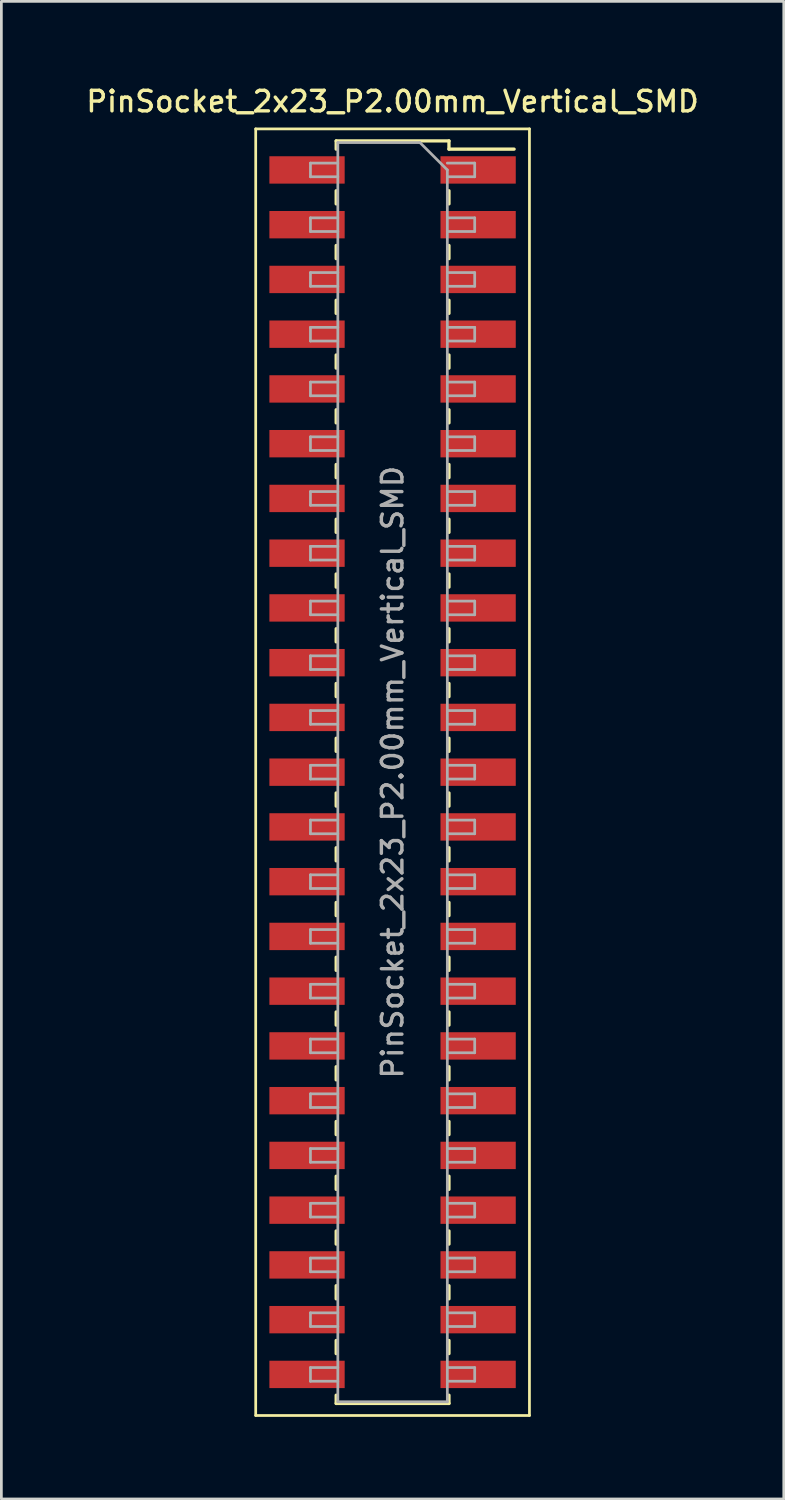
<source format=kicad_pcb>
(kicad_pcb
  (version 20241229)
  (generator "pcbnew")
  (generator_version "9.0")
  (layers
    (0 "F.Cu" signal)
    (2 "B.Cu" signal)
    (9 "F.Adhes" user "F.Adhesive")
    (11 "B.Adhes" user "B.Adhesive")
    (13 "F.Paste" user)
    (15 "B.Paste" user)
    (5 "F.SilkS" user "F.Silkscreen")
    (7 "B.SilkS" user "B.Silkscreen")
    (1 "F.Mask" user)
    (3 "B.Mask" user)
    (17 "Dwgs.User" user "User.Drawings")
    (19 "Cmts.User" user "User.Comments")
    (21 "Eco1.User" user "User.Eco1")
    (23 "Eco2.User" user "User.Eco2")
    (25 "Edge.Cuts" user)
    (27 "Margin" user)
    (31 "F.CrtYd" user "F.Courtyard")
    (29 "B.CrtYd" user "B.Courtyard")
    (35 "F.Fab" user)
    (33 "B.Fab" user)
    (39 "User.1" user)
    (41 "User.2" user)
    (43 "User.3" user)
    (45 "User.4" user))
  (footprint "PinSocket_2x23_P2.00mm_Vertical_SMD"
    (layer "F.Cu")
    (at 11.291 25.158)
    (property "Reference" "PinSocket_2x23_P2.00mm_Vertical_SMD" (at 0 -24.5 0) (layer "F.SilkS") (effects (font (size 0.75 0.75) (thickness 0.125))))
    (attr smd)
    (fp_line (start -5 -23.5) (end 5 -23.5) (stroke (width 0.1) (type solid)) (layer "F.SilkS"))
    (fp_line (start -5 23.5) (end -5 -23.5) (stroke (width 0.1) (type solid)) (layer "F.SilkS"))
    (fp_line (start -2.06 -23.06) (end -2.06 -22.76) (stroke (width 0.12) (type solid)) (layer "F.SilkS"))
    (fp_line (start -2.06 -23.06) (end 2.06 -23.06) (stroke (width 0.12) (type solid)) (layer "F.SilkS"))
    (fp_line (start -2.06 -21.24) (end -2.06 -20.76) (stroke (width 0.12) (type solid)) (layer "F.SilkS"))
    (fp_line (start -2.06 -19.24) (end -2.06 -18.76) (stroke (width 0.12) (type solid)) (layer "F.SilkS"))
    (fp_line (start -2.06 -17.24) (end -2.06 -16.76) (stroke (width 0.12) (type solid)) (layer "F.SilkS"))
    (fp_line (start -2.06 -15.24) (end -2.06 -14.76) (stroke (width 0.12) (type solid)) (layer "F.SilkS"))
    (fp_line (start -2.06 -13.24) (end -2.06 -12.76) (stroke (width 0.12) (type solid)) (layer "F.SilkS"))
    (fp_line (start -2.06 -11.24) (end -2.06 -10.76) (stroke (width 0.12) (type solid)) (layer "F.SilkS"))
    (fp_line (start -2.06 -9.24) (end -2.06 -8.76) (stroke (width 0.12) (type solid)) (layer "F.SilkS"))
    (fp_line (start -2.06 -7.24) (end -2.06 -6.76) (stroke (width 0.12) (type solid)) (layer "F.SilkS"))
    (fp_line (start -2.06 -5.24) (end -2.06 -4.76) (stroke (width 0.12) (type solid)) (layer "F.SilkS"))
    (fp_line (start -2.06 -3.24) (end -2.06 -2.76) (stroke (width 0.12) (type solid)) (layer "F.SilkS"))
    (fp_line (start -2.06 -1.24) (end -2.06 -0.76) (stroke (width 0.12) (type solid)) (layer "F.SilkS"))
    (fp_line (start -2.06 0.76) (end -2.06 1.24) (stroke (width 0.12) (type solid)) (layer "F.SilkS"))
    (fp_line (start -2.06 2.76) (end -2.06 3.24) (stroke (width 0.12) (type solid)) (layer "F.SilkS"))
    (fp_line (start -2.06 4.76) (end -2.06 5.24) (stroke (width 0.12) (type solid)) (layer "F.SilkS"))
    (fp_line (start -2.06 6.76) (end -2.06 7.24) (stroke (width 0.12) (type solid)) (layer "F.SilkS"))
    (fp_line (start -2.06 8.76) (end -2.06 9.24) (stroke (width 0.12) (type solid)) (layer "F.SilkS"))
    (fp_line (start -2.06 10.76) (end -2.06 11.24) (stroke (width 0.12) (type solid)) (layer "F.SilkS"))
    (fp_line (start -2.06 12.76) (end -2.06 13.24) (stroke (width 0.12) (type solid)) (layer "F.SilkS"))
    (fp_line (start -2.06 14.76) (end -2.06 15.24) (stroke (width 0.12) (type solid)) (layer "F.SilkS"))
    (fp_line (start -2.06 16.76) (end -2.06 17.24) (stroke (width 0.12) (type solid)) (layer "F.SilkS"))
    (fp_line (start -2.06 18.76) (end -2.06 19.24) (stroke (width 0.12) (type solid)) (layer "F.SilkS"))
    (fp_line (start -2.06 20.76) (end -2.06 21.24) (stroke (width 0.12) (type solid)) (layer "F.SilkS"))
    (fp_line (start -2.06 22.76) (end -2.06 23.06) (stroke (width 0.12) (type solid)) (layer "F.SilkS"))
    (fp_line (start -2.06 23.06) (end 2.06 23.06) (stroke (width 0.12) (type solid)) (layer "F.SilkS"))
    (fp_line (start 2.06 -23.06) (end 2.06 -22.76) (stroke (width 0.12) (type solid)) (layer "F.SilkS"))
    (fp_line (start 2.06 -22.76) (end 4.44 -22.76) (stroke (width 0.12) (type solid)) (layer "F.SilkS"))
    (fp_line (start 2.06 -21.24) (end 2.06 -20.76) (stroke (width 0.12) (type solid)) (layer "F.SilkS"))
    (fp_line (start 2.06 -19.24) (end 2.06 -18.76) (stroke (width 0.12) (type solid)) (layer "F.SilkS"))
    (fp_line (start 2.06 -17.24) (end 2.06 -16.76) (stroke (width 0.12) (type solid)) (layer "F.SilkS"))
    (fp_line (start 2.06 -15.24) (end 2.06 -14.76) (stroke (width 0.12) (type solid)) (layer "F.SilkS"))
    (fp_line (start 2.06 -13.24) (end 2.06 -12.76) (stroke (width 0.12) (type solid)) (layer "F.SilkS"))
    (fp_line (start 2.06 -11.24) (end 2.06 -10.76) (stroke (width 0.12) (type solid)) (layer "F.SilkS"))
    (fp_line (start 2.06 -9.24) (end 2.06 -8.76) (stroke (width 0.12) (type solid)) (layer "F.SilkS"))
    (fp_line (start 2.06 -7.24) (end 2.06 -6.76) (stroke (width 0.12) (type solid)) (layer "F.SilkS"))
    (fp_line (start 2.06 -5.24) (end 2.06 -4.76) (stroke (width 0.12) (type solid)) (layer "F.SilkS"))
    (fp_line (start 2.06 -3.24) (end 2.06 -2.76) (stroke (width 0.12) (type solid)) (layer "F.SilkS"))
    (fp_line (start 2.06 -1.24) (end 2.06 -0.76) (stroke (width 0.12) (type solid)) (layer "F.SilkS"))
    (fp_line (start 2.06 0.76) (end 2.06 1.24) (stroke (width 0.12) (type solid)) (layer "F.SilkS"))
    (fp_line (start 2.06 2.76) (end 2.06 3.24) (stroke (width 0.12) (type solid)) (layer "F.SilkS"))
    (fp_line (start 2.06 4.76) (end 2.06 5.24) (stroke (width 0.12) (type solid)) (layer "F.SilkS"))
    (fp_line (start 2.06 6.76) (end 2.06 7.24) (stroke (width 0.12) (type solid)) (layer "F.SilkS"))
    (fp_line (start 2.06 8.76) (end 2.06 9.24) (stroke (width 0.12) (type solid)) (layer "F.SilkS"))
    (fp_line (start 2.06 10.76) (end 2.06 11.24) (stroke (width 0.12) (type solid)) (layer "F.SilkS"))
    (fp_line (start 2.06 12.76) (end 2.06 13.24) (stroke (width 0.12) (type solid)) (layer "F.SilkS"))
    (fp_line (start 2.06 14.76) (end 2.06 15.24) (stroke (width 0.12) (type solid)) (layer "F.SilkS"))
    (fp_line (start 2.06 16.76) (end 2.06 17.24) (stroke (width 0.12) (type solid)) (layer "F.SilkS"))
    (fp_line (start 2.06 18.76) (end 2.06 19.24) (stroke (width 0.12) (type solid)) (layer "F.SilkS"))
    (fp_line (start 2.06 20.76) (end 2.06 21.24) (stroke (width 0.12) (type solid)) (layer "F.SilkS"))
    (fp_line (start 2.06 22.76) (end 2.06 23.06) (stroke (width 0.12) (type solid)) (layer "F.SilkS"))
    (fp_line (start 5 -23.5) (end 5 23.5) (stroke (width 0.1) (type solid)) (layer "F.SilkS"))
    (fp_line (start 5 23.5) (end -5 23.5) (stroke (width 0.1) (type solid)) (layer "F.SilkS"))
    (fp_line (start -3 -22.25) (end -2 -22.25) (stroke (width 0.1) (type solid)) (layer "F.Fab"))
    (fp_line (start -3 -21.75) (end -3 -22.25) (stroke (width 0.1) (type solid)) (layer "F.Fab"))
    (fp_line (start -3 -20.25) (end -2 -20.25) (stroke (width 0.1) (type solid)) (layer "F.Fab"))
    (fp_line (start -3 -19.75) (end -3 -20.25) (stroke (width 0.1) (type solid)) (layer "F.Fab"))
    (fp_line (start -3 -18.25) (end -2 -18.25) (stroke (width 0.1) (type solid)) (layer "F.Fab"))
    (fp_line (start -3 -17.75) (end -3 -18.25) (stroke (width 0.1) (type solid)) (layer "F.Fab"))
    (fp_line (start -3 -16.25) (end -2 -16.25) (stroke (width 0.1) (type solid)) (layer "F.Fab"))
    (fp_line (start -3 -15.75) (end -3 -16.25) (stroke (width 0.1) (type solid)) (layer "F.Fab"))
    (fp_line (start -3 -14.25) (end -2 -14.25) (stroke (width 0.1) (type solid)) (layer "F.Fab"))
    (fp_line (start -3 -13.75) (end -3 -14.25) (stroke (width 0.1) (type solid)) (layer "F.Fab"))
    (fp_line (start -3 -12.25) (end -2 -12.25) (stroke (width 0.1) (type solid)) (layer "F.Fab"))
    (fp_line (start -3 -11.75) (end -3 -12.25) (stroke (width 0.1) (type solid)) (layer "F.Fab"))
    (fp_line (start -3 -10.25) (end -2 -10.25) (stroke (width 0.1) (type solid)) (layer "F.Fab"))
    (fp_line (start -3 -9.75) (end -3 -10.25) (stroke (width 0.1) (type solid)) (layer "F.Fab"))
    (fp_line (start -3 -8.25) (end -2 -8.25) (stroke (width 0.1) (type solid)) (layer "F.Fab"))
    (fp_line (start -3 -7.75) (end -3 -8.25) (stroke (width 0.1) (type solid)) (layer "F.Fab"))
    (fp_line (start -3 -6.25) (end -2 -6.25) (stroke (width 0.1) (type solid)) (layer "F.Fab"))
    (fp_line (start -3 -5.75) (end -3 -6.25) (stroke (width 0.1) (type solid)) (layer "F.Fab"))
    (fp_line (start -3 -4.25) (end -2 -4.25) (stroke (width 0.1) (type solid)) (layer "F.Fab"))
    (fp_line (start -3 -3.75) (end -3 -4.25) (stroke (width 0.1) (type solid)) (layer "F.Fab"))
    (fp_line (start -3 -2.25) (end -2 -2.25) (stroke (width 0.1) (type solid)) (layer "F.Fab"))
    (fp_line (start -3 -1.75) (end -3 -2.25) (stroke (width 0.1) (type solid)) (layer "F.Fab"))
    (fp_line (start -3 -0.25) (end -2 -0.25) (stroke (width 0.1) (type solid)) (layer "F.Fab"))
    (fp_line (start -3 0.25) (end -3 -0.25) (stroke (width 0.1) (type solid)) (layer "F.Fab"))
    (fp_line (start -3 1.75) (end -2 1.75) (stroke (width 0.1) (type solid)) (layer "F.Fab"))
    (fp_line (start -3 2.25) (end -3 1.75) (stroke (width 0.1) (type solid)) (layer "F.Fab"))
    (fp_line (start -3 3.75) (end -2 3.75) (stroke (width 0.1) (type solid)) (layer "F.Fab"))
    (fp_line (start -3 4.25) (end -3 3.75) (stroke (width 0.1) (type solid)) (layer "F.Fab"))
    (fp_line (start -3 5.75) (end -2 5.75) (stroke (width 0.1) (type solid)) (layer "F.Fab"))
    (fp_line (start -3 6.25) (end -3 5.75) (stroke (width 0.1) (type solid)) (layer "F.Fab"))
    (fp_line (start -3 7.75) (end -2 7.75) (stroke (width 0.1) (type solid)) (layer "F.Fab"))
    (fp_line (start -3 8.25) (end -3 7.75) (stroke (width 0.1) (type solid)) (layer "F.Fab"))
    (fp_line (start -3 9.75) (end -2 9.75) (stroke (width 0.1) (type solid)) (layer "F.Fab"))
    (fp_line (start -3 10.25) (end -3 9.75) (stroke (width 0.1) (type solid)) (layer "F.Fab"))
    (fp_line (start -3 11.75) (end -2 11.75) (stroke (width 0.1) (type solid)) (layer "F.Fab"))
    (fp_line (start -3 12.25) (end -3 11.75) (stroke (width 0.1) (type solid)) (layer "F.Fab"))
    (fp_line (start -3 13.75) (end -2 13.75) (stroke (width 0.1) (type solid)) (layer "F.Fab"))
    (fp_line (start -3 14.25) (end -3 13.75) (stroke (width 0.1) (type solid)) (layer "F.Fab"))
    (fp_line (start -3 15.75) (end -2 15.75) (stroke (width 0.1) (type solid)) (layer "F.Fab"))
    (fp_line (start -3 16.25) (end -3 15.75) (stroke (width 0.1) (type solid)) (layer "F.Fab"))
    (fp_line (start -3 17.75) (end -2 17.75) (stroke (width 0.1) (type solid)) (layer "F.Fab"))
    (fp_line (start -3 18.25) (end -3 17.75) (stroke (width 0.1) (type solid)) (layer "F.Fab"))
    (fp_line (start -3 19.75) (end -2 19.75) (stroke (width 0.1) (type solid)) (layer "F.Fab"))
    (fp_line (start -3 20.25) (end -3 19.75) (stroke (width 0.1) (type solid)) (layer "F.Fab"))
    (fp_line (start -3 21.75) (end -2 21.75) (stroke (width 0.1) (type solid)) (layer "F.Fab"))
    (fp_line (start -3 22.25) (end -3 21.75) (stroke (width 0.1) (type solid)) (layer "F.Fab"))
    (fp_line (start -2 -23) (end 1 -23) (stroke (width 0.1) (type solid)) (layer "F.Fab"))
    (fp_line (start -2 -21.75) (end -3 -21.75) (stroke (width 0.1) (type solid)) (layer "F.Fab"))
    (fp_line (start -2 -19.75) (end -3 -19.75) (stroke (width 0.1) (type solid)) (layer "F.Fab"))
    (fp_line (start -2 -17.75) (end -3 -17.75) (stroke (width 0.1) (type solid)) (layer "F.Fab"))
    (fp_line (start -2 -15.75) (end -3 -15.75) (stroke (width 0.1) (type solid)) (layer "F.Fab"))
    (fp_line (start -2 -13.75) (end -3 -13.75) (stroke (width 0.1) (type solid)) (layer "F.Fab"))
    (fp_line (start -2 -11.75) (end -3 -11.75) (stroke (width 0.1) (type solid)) (layer "F.Fab"))
    (fp_line (start -2 -9.75) (end -3 -9.75) (stroke (width 0.1) (type solid)) (layer "F.Fab"))
    (fp_line (start -2 -7.75) (end -3 -7.75) (stroke (width 0.1) (type solid)) (layer "F.Fab"))
    (fp_line (start -2 -5.75) (end -3 -5.75) (stroke (width 0.1) (type solid)) (layer "F.Fab"))
    (fp_line (start -2 -3.75) (end -3 -3.75) (stroke (width 0.1) (type solid)) (layer "F.Fab"))
    (fp_line (start -2 -1.75) (end -3 -1.75) (stroke (width 0.1) (type solid)) (layer "F.Fab"))
    (fp_line (start -2 0.25) (end -3 0.25) (stroke (width 0.1) (type solid)) (layer "F.Fab"))
    (fp_line (start -2 2.25) (end -3 2.25) (stroke (width 0.1) (type solid)) (layer "F.Fab"))
    (fp_line (start -2 4.25) (end -3 4.25) (stroke (width 0.1) (type solid)) (layer "F.Fab"))
    (fp_line (start -2 6.25) (end -3 6.25) (stroke (width 0.1) (type solid)) (layer "F.Fab"))
    (fp_line (start -2 8.25) (end -3 8.25) (stroke (width 0.1) (type solid)) (layer "F.Fab"))
    (fp_line (start -2 10.25) (end -3 10.25) (stroke (width 0.1) (type solid)) (layer "F.Fab"))
    (fp_line (start -2 12.25) (end -3 12.25) (stroke (width 0.1) (type solid)) (layer "F.Fab"))
    (fp_line (start -2 14.25) (end -3 14.25) (stroke (width 0.1) (type solid)) (layer "F.Fab"))
    (fp_line (start -2 16.25) (end -3 16.25) (stroke (width 0.1) (type solid)) (layer "F.Fab"))
    (fp_line (start -2 18.25) (end -3 18.25) (stroke (width 0.1) (type solid)) (layer "F.Fab"))
    (fp_line (start -2 20.25) (end -3 20.25) (stroke (width 0.1) (type solid)) (layer "F.Fab"))
    (fp_line (start -2 22.25) (end -3 22.25) (stroke (width 0.1) (type solid)) (layer "F.Fab"))
    (fp_line (start -2 23) (end -2 -23) (stroke (width 0.1) (type solid)) (layer "F.Fab"))
    (fp_line (start 1 -23) (end 2 -22) (stroke (width 0.1) (type solid)) (layer "F.Fab"))
    (fp_line (start 2 -22.25) (end 3 -22.25) (stroke (width 0.1) (type solid)) (layer "F.Fab"))
    (fp_line (start 2 -22) (end 2 23) (stroke (width 0.1) (type solid)) (layer "F.Fab"))
    (fp_line (start 2 -20.25) (end 3 -20.25) (stroke (width 0.1) (type solid)) (layer "F.Fab"))
    (fp_line (start 2 -18.25) (end 3 -18.25) (stroke (width 0.1) (type solid)) (layer "F.Fab"))
    (fp_line (start 2 -16.25) (end 3 -16.25) (stroke (width 0.1) (type solid)) (layer "F.Fab"))
    (fp_line (start 2 -14.25) (end 3 -14.25) (stroke (width 0.1) (type solid)) (layer "F.Fab"))
    (fp_line (start 2 -12.25) (end 3 -12.25) (stroke (width 0.1) (type solid)) (layer "F.Fab"))
    (fp_line (start 2 -10.25) (end 3 -10.25) (stroke (width 0.1) (type solid)) (layer "F.Fab"))
    (fp_line (start 2 -8.25) (end 3 -8.25) (stroke (width 0.1) (type solid)) (layer "F.Fab"))
    (fp_line (start 2 -6.25) (end 3 -6.25) (stroke (width 0.1) (type solid)) (layer "F.Fab"))
    (fp_line (start 2 -4.25) (end 3 -4.25) (stroke (width 0.1) (type solid)) (layer "F.Fab"))
    (fp_line (start 2 -2.25) (end 3 -2.25) (stroke (width 0.1) (type solid)) (layer "F.Fab"))
    (fp_line (start 2 -0.25) (end 3 -0.25) (stroke (width 0.1) (type solid)) (layer "F.Fab"))
    (fp_line (start 2 1.75) (end 3 1.75) (stroke (width 0.1) (type solid)) (layer "F.Fab"))
    (fp_line (start 2 3.75) (end 3 3.75) (stroke (width 0.1) (type solid)) (layer "F.Fab"))
    (fp_line (start 2 5.75) (end 3 5.75) (stroke (width 0.1) (type solid)) (layer "F.Fab"))
    (fp_line (start 2 7.75) (end 3 7.75) (stroke (width 0.1) (type solid)) (layer "F.Fab"))
    (fp_line (start 2 9.75) (end 3 9.75) (stroke (width 0.1) (type solid)) (layer "F.Fab"))
    (fp_line (start 2 11.75) (end 3 11.75) (stroke (width 0.1) (type solid)) (layer "F.Fab"))
    (fp_line (start 2 13.75) (end 3 13.75) (stroke (width 0.1) (type solid)) (layer "F.Fab"))
    (fp_line (start 2 15.75) (end 3 15.75) (stroke (width 0.1) (type solid)) (layer "F.Fab"))
    (fp_line (start 2 17.75) (end 3 17.75) (stroke (width 0.1) (type solid)) (layer "F.Fab"))
    (fp_line (start 2 19.75) (end 3 19.75) (stroke (width 0.1) (type solid)) (layer "F.Fab"))
    (fp_line (start 2 21.75) (end 3 21.75) (stroke (width 0.1) (type solid)) (layer "F.Fab"))
    (fp_line (start 2 23) (end -2 23) (stroke (width 0.1) (type solid)) (layer "F.Fab"))
    (fp_line (start 3 -22.25) (end 3 -21.75) (stroke (width 0.1) (type solid)) (layer "F.Fab"))
    (fp_line (start 3 -21.75) (end 2 -21.75) (stroke (width 0.1) (type solid)) (layer "F.Fab"))
    (fp_line (start 3 -20.25) (end 3 -19.75) (stroke (width 0.1) (type solid)) (layer "F.Fab"))
    (fp_line (start 3 -19.75) (end 2 -19.75) (stroke (width 0.1) (type solid)) (layer "F.Fab"))
    (fp_line (start 3 -18.25) (end 3 -17.75) (stroke (width 0.1) (type solid)) (layer "F.Fab"))
    (fp_line (start 3 -17.75) (end 2 -17.75) (stroke (width 0.1) (type solid)) (layer "F.Fab"))
    (fp_line (start 3 -16.25) (end 3 -15.75) (stroke (width 0.1) (type solid)) (layer "F.Fab"))
    (fp_line (start 3 -15.75) (end 2 -15.75) (stroke (width 0.1) (type solid)) (layer "F.Fab"))
    (fp_line (start 3 -14.25) (end 3 -13.75) (stroke (width 0.1) (type solid)) (layer "F.Fab"))
    (fp_line (start 3 -13.75) (end 2 -13.75) (stroke (width 0.1) (type solid)) (layer "F.Fab"))
    (fp_line (start 3 -12.25) (end 3 -11.75) (stroke (width 0.1) (type solid)) (layer "F.Fab"))
    (fp_line (start 3 -11.75) (end 2 -11.75) (stroke (width 0.1) (type solid)) (layer "F.Fab"))
    (fp_line (start 3 -10.25) (end 3 -9.75) (stroke (width 0.1) (type solid)) (layer "F.Fab"))
    (fp_line (start 3 -9.75) (end 2 -9.75) (stroke (width 0.1) (type solid)) (layer "F.Fab"))
    (fp_line (start 3 -8.25) (end 3 -7.75) (stroke (width 0.1) (type solid)) (layer "F.Fab"))
    (fp_line (start 3 -7.75) (end 2 -7.75) (stroke (width 0.1) (type solid)) (layer "F.Fab"))
    (fp_line (start 3 -6.25) (end 3 -5.75) (stroke (width 0.1) (type solid)) (layer "F.Fab"))
    (fp_line (start 3 -5.75) (end 2 -5.75) (stroke (width 0.1) (type solid)) (layer "F.Fab"))
    (fp_line (start 3 -4.25) (end 3 -3.75) (stroke (width 0.1) (type solid)) (layer "F.Fab"))
    (fp_line (start 3 -3.75) (end 2 -3.75) (stroke (width 0.1) (type solid)) (layer "F.Fab"))
    (fp_line (start 3 -2.25) (end 3 -1.75) (stroke (width 0.1) (type solid)) (layer "F.Fab"))
    (fp_line (start 3 -1.75) (end 2 -1.75) (stroke (width 0.1) (type solid)) (layer "F.Fab"))
    (fp_line (start 3 -0.25) (end 3 0.25) (stroke (width 0.1) (type solid)) (layer "F.Fab"))
    (fp_line (start 3 0.25) (end 2 0.25) (stroke (width 0.1) (type solid)) (layer "F.Fab"))
    (fp_line (start 3 1.75) (end 3 2.25) (stroke (width 0.1) (type solid)) (layer "F.Fab"))
    (fp_line (start 3 2.25) (end 2 2.25) (stroke (width 0.1) (type solid)) (layer "F.Fab"))
    (fp_line (start 3 3.75) (end 3 4.25) (stroke (width 0.1) (type solid)) (layer "F.Fab"))
    (fp_line (start 3 4.25) (end 2 4.25) (stroke (width 0.1) (type solid)) (layer "F.Fab"))
    (fp_line (start 3 5.75) (end 3 6.25) (stroke (width 0.1) (type solid)) (layer "F.Fab"))
    (fp_line (start 3 6.25) (end 2 6.25) (stroke (width 0.1) (type solid)) (layer "F.Fab"))
    (fp_line (start 3 7.75) (end 3 8.25) (stroke (width 0.1) (type solid)) (layer "F.Fab"))
    (fp_line (start 3 8.25) (end 2 8.25) (stroke (width 0.1) (type solid)) (layer "F.Fab"))
    (fp_line (start 3 9.75) (end 3 10.25) (stroke (width 0.1) (type solid)) (layer "F.Fab"))
    (fp_line (start 3 10.25) (end 2 10.25) (stroke (width 0.1) (type solid)) (layer "F.Fab"))
    (fp_line (start 3 11.75) (end 3 12.25) (stroke (width 0.1) (type solid)) (layer "F.Fab"))
    (fp_line (start 3 12.25) (end 2 12.25) (stroke (width 0.1) (type solid)) (layer "F.Fab"))
    (fp_line (start 3 13.75) (end 3 14.25) (stroke (width 0.1) (type solid)) (layer "F.Fab"))
    (fp_line (start 3 14.25) (end 2 14.25) (stroke (width 0.1) (type solid)) (layer "F.Fab"))
    (fp_line (start 3 15.75) (end 3 16.25) (stroke (width 0.1) (type solid)) (layer "F.Fab"))
    (fp_line (start 3 16.25) (end 2 16.25) (stroke (width 0.1) (type solid)) (layer "F.Fab"))
    (fp_line (start 3 17.75) (end 3 18.25) (stroke (width 0.1) (type solid)) (layer "F.Fab"))
    (fp_line (start 3 18.25) (end 2 18.25) (stroke (width 0.1) (type solid)) (layer "F.Fab"))
    (fp_line (start 3 19.75) (end 3 20.25) (stroke (width 0.1) (type solid)) (layer "F.Fab"))
    (fp_line (start 3 20.25) (end 2 20.25) (stroke (width 0.1) (type solid)) (layer "F.Fab"))
    (fp_line (start 3 21.75) (end 3 22.25) (stroke (width 0.1) (type solid)) (layer "F.Fab"))
    (fp_line (start 3 22.25) (end 2 22.25) (stroke (width 0.1) (type solid)) (layer "F.Fab"))
    (fp_text user "${REFERENCE}" (at 0 0 90) (layer "F.Fab") (effects (font (size 0.75 0.75) (thickness 0.125))))
    (pad "1" smd rect (at 3.125 -22) (size 2.75 1) (layers "F.Cu" "F.Mask" "F.Paste"))
    (pad "2" smd rect (at -3.125 -22) (size 2.75 1) (layers "F.Cu" "F.Mask" "F.Paste"))
    (pad "3" smd rect (at 3.125 -20) (size 2.75 1) (layers "F.Cu" "F.Mask" "F.Paste"))
    (pad "4" smd rect (at -3.125 -20) (size 2.75 1) (layers "F.Cu" "F.Mask" "F.Paste"))
    (pad "5" smd rect (at 3.125 -18) (size 2.75 1) (layers "F.Cu" "F.Mask" "F.Paste"))
    (pad "6" smd rect (at -3.125 -18) (size 2.75 1) (layers "F.Cu" "F.Mask" "F.Paste"))
    (pad "7" smd rect (at 3.125 -16) (size 2.75 1) (layers "F.Cu" "F.Mask" "F.Paste"))
    (pad "8" smd rect (at -3.125 -16) (size 2.75 1) (layers "F.Cu" "F.Mask" "F.Paste"))
    (pad "9" smd rect (at 3.125 -14) (size 2.75 1) (layers "F.Cu" "F.Mask" "F.Paste"))
    (pad "10" smd rect (at -3.125 -14) (size 2.75 1) (layers "F.Cu" "F.Mask" "F.Paste"))
    (pad "11" smd rect (at 3.125 -12) (size 2.75 1) (layers "F.Cu" "F.Mask" "F.Paste"))
    (pad "12" smd rect (at -3.125 -12) (size 2.75 1) (layers "F.Cu" "F.Mask" "F.Paste"))
    (pad "13" smd rect (at 3.125 -10) (size 2.75 1) (layers "F.Cu" "F.Mask" "F.Paste"))
    (pad "14" smd rect (at -3.125 -10) (size 2.75 1) (layers "F.Cu" "F.Mask" "F.Paste"))
    (pad "15" smd rect (at 3.125 -8) (size 2.75 1) (layers "F.Cu" "F.Mask" "F.Paste"))
    (pad "16" smd rect (at -3.125 -8) (size 2.75 1) (layers "F.Cu" "F.Mask" "F.Paste"))
    (pad "17" smd rect (at 3.125 -6) (size 2.75 1) (layers "F.Cu" "F.Mask" "F.Paste"))
    (pad "18" smd rect (at -3.125 -6) (size 2.75 1) (layers "F.Cu" "F.Mask" "F.Paste"))
    (pad "19" smd rect (at 3.125 -4) (size 2.75 1) (layers "F.Cu" "F.Mask" "F.Paste"))
    (pad "20" smd rect (at -3.125 -4) (size 2.75 1) (layers "F.Cu" "F.Mask" "F.Paste"))
    (pad "21" smd rect (at 3.125 -2) (size 2.75 1) (layers "F.Cu" "F.Mask" "F.Paste"))
    (pad "22" smd rect (at -3.125 -2) (size 2.75 1) (layers "F.Cu" "F.Mask" "F.Paste"))
    (pad "23" smd rect (at 3.125 0) (size 2.75 1) (layers "F.Cu" "F.Mask" "F.Paste"))
    (pad "24" smd rect (at -3.125 0) (size 2.75 1) (layers "F.Cu" "F.Mask" "F.Paste"))
    (pad "25" smd rect (at 3.125 2) (size 2.75 1) (layers "F.Cu" "F.Mask" "F.Paste"))
    (pad "26" smd rect (at -3.125 2) (size 2.75 1) (layers "F.Cu" "F.Mask" "F.Paste"))
    (pad "27" smd rect (at 3.125 4) (size 2.75 1) (layers "F.Cu" "F.Mask" "F.Paste"))
    (pad "28" smd rect (at -3.125 4) (size 2.75 1) (layers "F.Cu" "F.Mask" "F.Paste"))
    (pad "29" smd rect (at 3.125 6) (size 2.75 1) (layers "F.Cu" "F.Mask" "F.Paste"))
    (pad "30" smd rect (at -3.125 6) (size 2.75 1) (layers "F.Cu" "F.Mask" "F.Paste"))
    (pad "31" smd rect (at 3.125 8) (size 2.75 1) (layers "F.Cu" "F.Mask" "F.Paste"))
    (pad "32" smd rect (at -3.125 8) (size 2.75 1) (layers "F.Cu" "F.Mask" "F.Paste"))
    (pad "33" smd rect (at 3.125 10) (size 2.75 1) (layers "F.Cu" "F.Mask" "F.Paste"))
    (pad "34" smd rect (at -3.125 10) (size 2.75 1) (layers "F.Cu" "F.Mask" "F.Paste"))
    (pad "35" smd rect (at 3.125 12) (size 2.75 1) (layers "F.Cu" "F.Mask" "F.Paste"))
    (pad "36" smd rect (at -3.125 12) (size 2.75 1) (layers "F.Cu" "F.Mask" "F.Paste"))
    (pad "37" smd rect (at 3.125 14) (size 2.75 1) (layers "F.Cu" "F.Mask" "F.Paste"))
    (pad "38" smd rect (at -3.125 14) (size 2.75 1) (layers "F.Cu" "F.Mask" "F.Paste"))
    (pad "39" smd rect (at 3.125 16) (size 2.75 1) (layers "F.Cu" "F.Mask" "F.Paste"))
    (pad "40" smd rect (at -3.125 16) (size 2.75 1) (layers "F.Cu" "F.Mask" "F.Paste"))
    (pad "41" smd rect (at 3.125 18) (size 2.75 1) (layers "F.Cu" "F.Mask" "F.Paste"))
    (pad "42" smd rect (at -3.125 18) (size 2.75 1) (layers "F.Cu" "F.Mask" "F.Paste"))
    (pad "43" smd rect (at 3.125 20) (size 2.75 1) (layers "F.Cu" "F.Mask" "F.Paste"))
    (pad "44" smd rect (at -3.125 20) (size 2.75 1) (layers "F.Cu" "F.Mask" "F.Paste"))
    (pad "45" smd rect (at 3.125 22) (size 2.75 1) (layers "F.Cu" "F.Mask" "F.Paste"))
    (pad "46" smd rect (at -3.125 22) (size 2.75 1) (layers "F.Cu" "F.Mask" "F.Paste")))
  (gr_rect
    (start -3 -3)
    (end 25.582 51.708)
    (stroke (width 0.1) (type default))
    (fill no)
    (layer "Edge.Cuts")))
</source>
